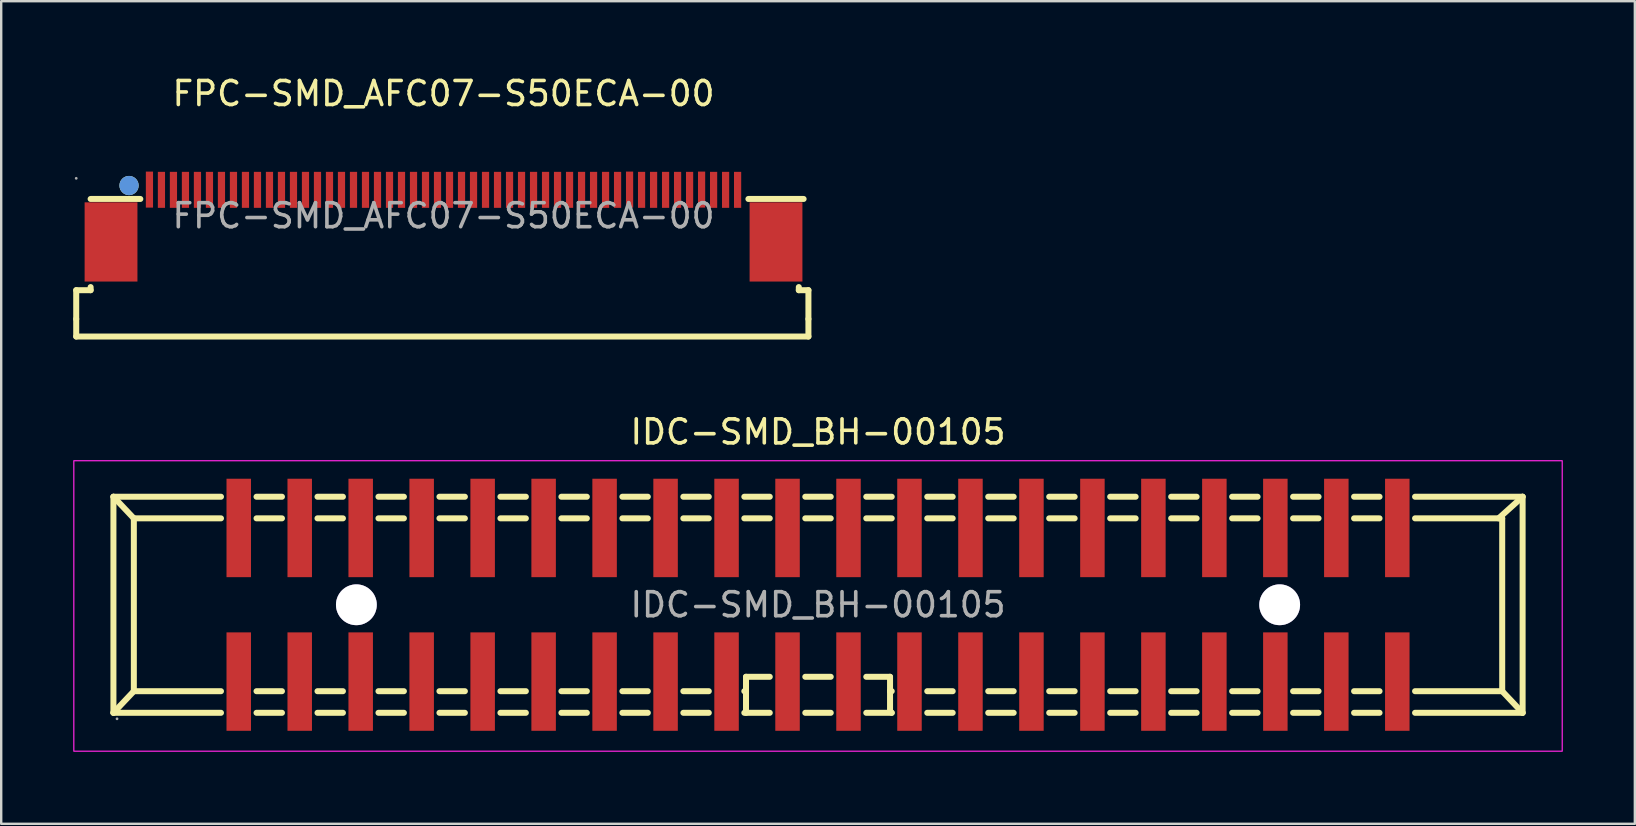
<source format=kicad_pcb>
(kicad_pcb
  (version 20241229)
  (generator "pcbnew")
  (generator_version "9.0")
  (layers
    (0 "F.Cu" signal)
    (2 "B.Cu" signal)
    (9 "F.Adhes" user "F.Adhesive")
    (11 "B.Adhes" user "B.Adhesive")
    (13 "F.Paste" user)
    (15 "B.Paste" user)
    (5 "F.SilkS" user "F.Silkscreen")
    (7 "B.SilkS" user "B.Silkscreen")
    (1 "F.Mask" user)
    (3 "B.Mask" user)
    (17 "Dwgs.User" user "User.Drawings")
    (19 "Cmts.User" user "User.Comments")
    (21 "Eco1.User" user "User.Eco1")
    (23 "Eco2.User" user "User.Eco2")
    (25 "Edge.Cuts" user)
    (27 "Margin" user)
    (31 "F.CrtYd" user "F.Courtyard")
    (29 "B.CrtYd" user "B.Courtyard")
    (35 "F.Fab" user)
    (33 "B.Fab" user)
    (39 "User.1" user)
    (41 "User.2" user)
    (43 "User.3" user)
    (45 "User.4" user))
  (footprint "IDC-SMD_BH-00105"
    (layer "F.Cu")
    (at 31.025 22.142)
    (property "Reference" "IDC-SMD_BH-00105" (at 0 -7.2 0) (layer "F.SilkS") (effects (font (size 1 1) (thickness 0.15))))
    (attr through_hole)
    (fp_line (start -29.35 -4.5) (end -29.35 4.5) (stroke (width 0.25) (type solid)) (layer "F.SilkS"))
    (fp_line (start -29.35 -4.5) (end -24.87 -4.5) (stroke (width 0.25) (type solid)) (layer "F.SilkS"))
    (fp_line (start -29.35 4.5) (end -28.5 3.6) (stroke (width 0.25) (type solid)) (layer "F.SilkS"))
    (fp_line (start -29.35 4.5) (end -24.87 4.5) (stroke (width 0.25) (type solid)) (layer "F.SilkS"))
    (fp_line (start -28.5 -3.6) (end -29.35 -4.5) (stroke (width 0.25) (type solid)) (layer "F.SilkS"))
    (fp_line (start -28.5 -3.6) (end -24.87 -3.6) (stroke (width 0.25) (type solid)) (layer "F.SilkS"))
    (fp_line (start -28.5 3.6) (end -28.5 -3.6) (stroke (width 0.25) (type solid)) (layer "F.SilkS"))
    (fp_line (start -28.5 3.6) (end -24.87 3.6) (stroke (width 0.25) (type solid)) (layer "F.SilkS"))
    (fp_line (start -23.39 -4.5) (end -22.33 -4.5) (stroke (width 0.25) (type solid)) (layer "F.SilkS"))
    (fp_line (start -23.39 -3.6) (end -22.33 -3.6) (stroke (width 0.25) (type solid)) (layer "F.SilkS"))
    (fp_line (start -23.39 3.6) (end -22.33 3.6) (stroke (width 0.25) (type solid)) (layer "F.SilkS"))
    (fp_line (start -23.39 4.5) (end -22.33 4.5) (stroke (width 0.25) (type solid)) (layer "F.SilkS"))
    (fp_line (start -20.85 -4.5) (end -19.79 -4.5) (stroke (width 0.25) (type solid)) (layer "F.SilkS"))
    (fp_line (start -20.85 -3.6) (end -19.79 -3.6) (stroke (width 0.25) (type solid)) (layer "F.SilkS"))
    (fp_line (start -20.85 3.6) (end -19.79 3.6) (stroke (width 0.25) (type solid)) (layer "F.SilkS"))
    (fp_line (start -20.85 4.5) (end -19.79 4.5) (stroke (width 0.25) (type solid)) (layer "F.SilkS"))
    (fp_line (start -18.31 -4.5) (end -17.25 -4.5) (stroke (width 0.25) (type solid)) (layer "F.SilkS"))
    (fp_line (start -18.31 -3.6) (end -17.25 -3.6) (stroke (width 0.25) (type solid)) (layer "F.SilkS"))
    (fp_line (start -18.31 3.6) (end -17.25 3.6) (stroke (width 0.25) (type solid)) (layer "F.SilkS"))
    (fp_line (start -18.31 4.5) (end -17.25 4.5) (stroke (width 0.25) (type solid)) (layer "F.SilkS"))
    (fp_line (start -15.77 -4.5) (end -14.71 -4.5) (stroke (width 0.25) (type solid)) (layer "F.SilkS"))
    (fp_line (start -15.77 -3.6) (end -14.71 -3.6) (stroke (width 0.25) (type solid)) (layer "F.SilkS"))
    (fp_line (start -15.77 3.6) (end -14.71 3.6) (stroke (width 0.25) (type solid)) (layer "F.SilkS"))
    (fp_line (start -15.77 4.5) (end -14.71 4.5) (stroke (width 0.25) (type solid)) (layer "F.SilkS"))
    (fp_line (start -13.23 -4.5) (end -12.17 -4.5) (stroke (width 0.25) (type solid)) (layer "F.SilkS"))
    (fp_line (start -13.23 -3.6) (end -12.17 -3.6) (stroke (width 0.25) (type solid)) (layer "F.SilkS"))
    (fp_line (start -13.23 3.6) (end -12.17 3.6) (stroke (width 0.25) (type solid)) (layer "F.SilkS"))
    (fp_line (start -13.23 4.5) (end -12.17 4.5) (stroke (width 0.25) (type solid)) (layer "F.SilkS"))
    (fp_line (start -10.69 -4.5) (end -9.63 -4.5) (stroke (width 0.25) (type solid)) (layer "F.SilkS"))
    (fp_line (start -10.69 -3.6) (end -9.63 -3.6) (stroke (width 0.25) (type solid)) (layer "F.SilkS"))
    (fp_line (start -10.69 3.6) (end -9.63 3.6) (stroke (width 0.25) (type solid)) (layer "F.SilkS"))
    (fp_line (start -10.69 4.5) (end -9.63 4.5) (stroke (width 0.25) (type solid)) (layer "F.SilkS"))
    (fp_line (start -8.15 -4.5) (end -7.09 -4.5) (stroke (width 0.25) (type solid)) (layer "F.SilkS"))
    (fp_line (start -8.15 -3.6) (end -7.09 -3.6) (stroke (width 0.25) (type solid)) (layer "F.SilkS"))
    (fp_line (start -8.15 3.6) (end -7.09 3.6) (stroke (width 0.25) (type solid)) (layer "F.SilkS"))
    (fp_line (start -8.15 4.5) (end -7.09 4.5) (stroke (width 0.25) (type solid)) (layer "F.SilkS"))
    (fp_line (start -5.61 -4.5) (end -4.55 -4.5) (stroke (width 0.25) (type solid)) (layer "F.SilkS"))
    (fp_line (start -5.61 -3.6) (end -4.55 -3.6) (stroke (width 0.25) (type solid)) (layer "F.SilkS"))
    (fp_line (start -5.61 3.6) (end -4.55 3.6) (stroke (width 0.25) (type solid)) (layer "F.SilkS"))
    (fp_line (start -5.61 4.5) (end -4.55 4.5) (stroke (width 0.25) (type solid)) (layer "F.SilkS"))
    (fp_line (start -3.07 -4.5) (end -2.01 -4.5) (stroke (width 0.25) (type solid)) (layer "F.SilkS"))
    (fp_line (start -3.07 -3.6) (end -2.01 -3.6) (stroke (width 0.25) (type solid)) (layer "F.SilkS"))
    (fp_line (start -3.07 3.6) (end -3 3.6) (stroke (width 0.25) (type solid)) (layer "F.SilkS"))
    (fp_line (start -3.07 4.5) (end -2.01 4.5) (stroke (width 0.25) (type solid)) (layer "F.SilkS"))
    (fp_line (start -3 3) (end -2.01 3) (stroke (width 0.25) (type solid)) (layer "F.SilkS"))
    (fp_line (start -3 3.6) (end -3 4.5) (stroke (width 0.25) (type solid)) (layer "F.SilkS"))
    (fp_line (start -3 3.68) (end -3 3) (stroke (width 0.25) (type solid)) (layer "F.SilkS"))
    (fp_line (start -0.53 -4.5) (end 0.53 -4.5) (stroke (width 0.25) (type solid)) (layer "F.SilkS"))
    (fp_line (start -0.53 -3.6) (end 0.53 -3.6) (stroke (width 0.25) (type solid)) (layer "F.SilkS"))
    (fp_line (start -0.53 3) (end 0.53 3) (stroke (width 0.25) (type solid)) (layer "F.SilkS"))
    (fp_line (start -0.53 4.5) (end 0.53 4.5) (stroke (width 0.25) (type solid)) (layer "F.SilkS"))
    (fp_line (start 2.01 -4.5) (end 3.07 -4.5) (stroke (width 0.25) (type solid)) (layer "F.SilkS"))
    (fp_line (start 2.01 -3.6) (end 3.07 -3.6) (stroke (width 0.25) (type solid)) (layer "F.SilkS"))
    (fp_line (start 2.01 3) (end 3 3) (stroke (width 0.25) (type solid)) (layer "F.SilkS"))
    (fp_line (start 2.01 4.5) (end 3.07 4.5) (stroke (width 0.25) (type solid)) (layer "F.SilkS"))
    (fp_line (start 3 3) (end 3 3.6) (stroke (width 0.25) (type solid)) (layer "F.SilkS"))
    (fp_line (start 3 3.6) (end 3 4.43) (stroke (width 0.25) (type solid)) (layer "F.SilkS"))
    (fp_line (start 3 4.43) (end 3.07 4.5) (stroke (width 0.25) (type solid)) (layer "F.SilkS"))
    (fp_line (start 3.07 3.6) (end 3 3.6) (stroke (width 0.25) (type solid)) (layer "F.SilkS"))
    (fp_line (start 4.55 -4.5) (end 5.61 -4.5) (stroke (width 0.25) (type solid)) (layer "F.SilkS"))
    (fp_line (start 4.55 -3.6) (end 5.61 -3.6) (stroke (width 0.25) (type solid)) (layer "F.SilkS"))
    (fp_line (start 4.55 4.5) (end 5.61 4.5) (stroke (width 0.25) (type solid)) (layer "F.SilkS"))
    (fp_line (start 5.61 3.6) (end 4.55 3.6) (stroke (width 0.25) (type solid)) (layer "F.SilkS"))
    (fp_line (start 7.09 -4.5) (end 8.15 -4.5) (stroke (width 0.25) (type solid)) (layer "F.SilkS"))
    (fp_line (start 7.09 -3.6) (end 8.15 -3.6) (stroke (width 0.25) (type solid)) (layer "F.SilkS"))
    (fp_line (start 7.09 4.5) (end 8.15 4.5) (stroke (width 0.25) (type solid)) (layer "F.SilkS"))
    (fp_line (start 8.15 3.6) (end 7.09 3.6) (stroke (width 0.25) (type solid)) (layer "F.SilkS"))
    (fp_line (start 9.63 -4.5) (end 10.69 -4.5) (stroke (width 0.25) (type solid)) (layer "F.SilkS"))
    (fp_line (start 9.63 -3.6) (end 10.69 -3.6) (stroke (width 0.25) (type solid)) (layer "F.SilkS"))
    (fp_line (start 9.63 4.5) (end 10.69 4.5) (stroke (width 0.25) (type solid)) (layer "F.SilkS"))
    (fp_line (start 10.69 3.6) (end 9.63 3.6) (stroke (width 0.25) (type solid)) (layer "F.SilkS"))
    (fp_line (start 12.17 -4.5) (end 13.23 -4.5) (stroke (width 0.25) (type solid)) (layer "F.SilkS"))
    (fp_line (start 12.17 -3.6) (end 13.23 -3.6) (stroke (width 0.25) (type solid)) (layer "F.SilkS"))
    (fp_line (start 12.17 4.5) (end 13.23 4.5) (stroke (width 0.25) (type solid)) (layer "F.SilkS"))
    (fp_line (start 13.23 3.6) (end 12.17 3.6) (stroke (width 0.25) (type solid)) (layer "F.SilkS"))
    (fp_line (start 14.71 -4.5) (end 15.77 -4.5) (stroke (width 0.25) (type solid)) (layer "F.SilkS"))
    (fp_line (start 14.71 -3.6) (end 15.77 -3.6) (stroke (width 0.25) (type solid)) (layer "F.SilkS"))
    (fp_line (start 14.71 4.5) (end 15.77 4.5) (stroke (width 0.25) (type solid)) (layer "F.SilkS"))
    (fp_line (start 15.77 3.6) (end 14.71 3.6) (stroke (width 0.25) (type solid)) (layer "F.SilkS"))
    (fp_line (start 17.25 -4.5) (end 18.31 -4.5) (stroke (width 0.25) (type solid)) (layer "F.SilkS"))
    (fp_line (start 17.25 -3.6) (end 18.31 -3.6) (stroke (width 0.25) (type solid)) (layer "F.SilkS"))
    (fp_line (start 17.25 4.5) (end 18.31 4.5) (stroke (width 0.25) (type solid)) (layer "F.SilkS"))
    (fp_line (start 18.31 3.6) (end 17.25 3.6) (stroke (width 0.25) (type solid)) (layer "F.SilkS"))
    (fp_line (start 19.79 -4.5) (end 20.85 -4.5) (stroke (width 0.25) (type solid)) (layer "F.SilkS"))
    (fp_line (start 19.79 -3.6) (end 20.85 -3.6) (stroke (width 0.25) (type solid)) (layer "F.SilkS"))
    (fp_line (start 19.79 4.5) (end 20.85 4.5) (stroke (width 0.25) (type solid)) (layer "F.SilkS"))
    (fp_line (start 20.85 3.6) (end 19.79 3.6) (stroke (width 0.25) (type solid)) (layer "F.SilkS"))
    (fp_line (start 22.33 -4.5) (end 23.39 -4.5) (stroke (width 0.25) (type solid)) (layer "F.SilkS"))
    (fp_line (start 22.33 -3.6) (end 23.39 -3.6) (stroke (width 0.25) (type solid)) (layer "F.SilkS"))
    (fp_line (start 22.33 4.5) (end 23.39 4.5) (stroke (width 0.25) (type solid)) (layer "F.SilkS"))
    (fp_line (start 23.39 3.6) (end 22.33 3.6) (stroke (width 0.25) (type solid)) (layer "F.SilkS"))
    (fp_line (start 24.87 -4.5) (end 29.35 -4.5) (stroke (width 0.25) (type solid)) (layer "F.SilkS"))
    (fp_line (start 24.87 -3.6) (end 28.5 -3.6) (stroke (width 0.25) (type solid)) (layer "F.SilkS"))
    (fp_line (start 24.87 4.5) (end 29.35 4.5) (stroke (width 0.25) (type solid)) (layer "F.SilkS"))
    (fp_line (start 28.35 -3.6) (end 29.35 -4.5) (stroke (width 0.25) (type solid)) (layer "F.SilkS"))
    (fp_line (start 28.5 -3.6) (end 28.5 3.6) (stroke (width 0.25) (type solid)) (layer "F.SilkS"))
    (fp_line (start 28.5 3.6) (end 24.87 3.6) (stroke (width 0.25) (type solid)) (layer "F.SilkS"))
    (fp_line (start 28.5 3.6) (end 29.35 4.5) (stroke (width 0.25) (type solid)) (layer "F.SilkS"))
    (fp_line (start 29.35 -4.5) (end 29.35 4.5) (stroke (width 0.25) (type solid)) (layer "F.SilkS"))
    (fp_circle (center -19.23 0) (end -18.83 0) (stroke (width 0.8) (type solid)) (fill no) (layer "Cmts.User"))
    (fp_circle (center 19.23 0) (end 19.63 0) (stroke (width 0.8) (type solid)) (fill no) (layer "Cmts.User"))
    (fp_rect (start -31 -6) (end 31 6.1) (stroke (width 0.05) (type default)) (fill no) (layer "F.CrtYd"))
    (fp_circle (center -29.2 4.75) (end -29.17 4.75) (stroke (width 0.06) (type solid)) (fill no) (layer "F.Fab"))
    (fp_text user "${REFERENCE}" (at 0 0 0) (layer "F.Fab") (effects (font (size 1 1) (thickness 0.15))))
    (pad "" thru_hole circle (at -19.23 0) (size 1.7 1.7) (drill 1.7) (layers "*.Cu" "*.Mask"))
    (pad "" thru_hole circle (at 19.23 0) (size 1.7 1.7) (drill 1.7) (layers "*.Cu" "*.Mask"))
    (pad "1" smd rect (at -24.13 3.2) (size 1.02 4.1) (layers "F.Cu" "F.Mask" "F.Paste"))
    (pad "2" smd rect (at -24.13 -3.2) (size 1.02 4.1) (layers "F.Cu" "F.Mask" "F.Paste"))
    (pad "3" smd rect (at -21.59 3.2) (size 1.02 4.1) (layers "F.Cu" "F.Mask" "F.Paste"))
    (pad "4" smd rect (at -21.59 -3.2) (size 1.02 4.1) (layers "F.Cu" "F.Mask" "F.Paste"))
    (pad "5" smd rect (at -19.05 3.2) (size 1.02 4.1) (layers "F.Cu" "F.Mask" "F.Paste"))
    (pad "6" smd rect (at -19.05 -3.2) (size 1.02 4.1) (layers "F.Cu" "F.Mask" "F.Paste"))
    (pad "7" smd rect (at -16.51 3.2) (size 1.02 4.1) (layers "F.Cu" "F.Mask" "F.Paste"))
    (pad "8" smd rect (at -16.51 -3.2) (size 1.02 4.1) (layers "F.Cu" "F.Mask" "F.Paste"))
    (pad "9" smd rect (at -13.97 3.2) (size 1.02 4.1) (layers "F.Cu" "F.Mask" "F.Paste"))
    (pad "10" smd rect (at -13.97 -3.2) (size 1.02 4.1) (layers "F.Cu" "F.Mask" "F.Paste"))
    (pad "11" smd rect (at -11.43 3.2) (size 1.02 4.1) (layers "F.Cu" "F.Mask" "F.Paste"))
    (pad "12" smd rect (at -11.43 -3.2) (size 1.02 4.1) (layers "F.Cu" "F.Mask" "F.Paste"))
    (pad "13" smd rect (at -8.89 3.2) (size 1.02 4.1) (layers "F.Cu" "F.Mask" "F.Paste"))
    (pad "14" smd rect (at -8.89 -3.2) (size 1.02 4.1) (layers "F.Cu" "F.Mask" "F.Paste"))
    (pad "15" smd rect (at -6.35 3.2) (size 1.02 4.1) (layers "F.Cu" "F.Mask" "F.Paste"))
    (pad "16" smd rect (at -6.35 -3.2) (size 1.02 4.1) (layers "F.Cu" "F.Mask" "F.Paste"))
    (pad "17" smd rect (at -3.81 3.2) (size 1.02 4.1) (layers "F.Cu" "F.Mask" "F.Paste"))
    (pad "18" smd rect (at -3.81 -3.2) (size 1.02 4.1) (layers "F.Cu" "F.Mask" "F.Paste"))
    (pad "19" smd rect (at -1.27 3.2) (size 1.02 4.1) (layers "F.Cu" "F.Mask" "F.Paste"))
    (pad "20" smd rect (at -1.27 -3.2) (size 1.02 4.1) (layers "F.Cu" "F.Mask" "F.Paste"))
    (pad "21" smd rect (at 1.27 3.2) (size 1.02 4.1) (layers "F.Cu" "F.Mask" "F.Paste"))
    (pad "22" smd rect (at 1.27 -3.2) (size 1.02 4.1) (layers "F.Cu" "F.Mask" "F.Paste"))
    (pad "23" smd rect (at 3.81 3.2) (size 1.02 4.1) (layers "F.Cu" "F.Mask" "F.Paste"))
    (pad "24" smd rect (at 3.81 -3.2) (size 1.02 4.1) (layers "F.Cu" "F.Mask" "F.Paste"))
    (pad "25" smd rect (at 6.35 3.2) (size 1.02 4.1) (layers "F.Cu" "F.Mask" "F.Paste"))
    (pad "26" smd rect (at 6.35 -3.2) (size 1.02 4.1) (layers "F.Cu" "F.Mask" "F.Paste"))
    (pad "27" smd rect (at 8.89 3.2) (size 1.02 4.1) (layers "F.Cu" "F.Mask" "F.Paste"))
    (pad "28" smd rect (at 8.89 -3.2) (size 1.02 4.1) (layers "F.Cu" "F.Mask" "F.Paste"))
    (pad "29" smd rect (at 11.43 3.2) (size 1.02 4.1) (layers "F.Cu" "F.Mask" "F.Paste"))
    (pad "30" smd rect (at 11.43 -3.2) (size 1.02 4.1) (layers "F.Cu" "F.Mask" "F.Paste"))
    (pad "31" smd rect (at 13.97 3.2) (size 1.02 4.1) (layers "F.Cu" "F.Mask" "F.Paste"))
    (pad "32" smd rect (at 13.97 -3.2) (size 1.02 4.1) (layers "F.Cu" "F.Mask" "F.Paste"))
    (pad "33" smd rect (at 16.51 3.2) (size 1.02 4.1) (layers "F.Cu" "F.Mask" "F.Paste"))
    (pad "34" smd rect (at 16.51 -3.2) (size 1.02 4.1) (layers "F.Cu" "F.Mask" "F.Paste"))
    (pad "35" smd rect (at 19.05 3.2) (size 1.02 4.1) (layers "F.Cu" "F.Mask" "F.Paste"))
    (pad "36" smd rect (at 19.05 -3.2) (size 1.02 4.1) (layers "F.Cu" "F.Mask" "F.Paste"))
    (pad "37" smd rect (at 21.59 3.2) (size 1.02 4.1) (layers "F.Cu" "F.Mask" "F.Paste"))
    (pad "38" smd rect (at 21.59 -3.2) (size 1.02 4.1) (layers "F.Cu" "F.Mask" "F.Paste"))
    (pad "39" smd rect (at 24.13 3.2) (size 1.02 4.1) (layers "F.Cu" "F.Mask" "F.Paste"))
    (pad "40" smd rect (at 24.13 -3.2) (size 1.02 4.1) (layers "F.Cu" "F.Mask" "F.Paste")))
  (footprint "FPC-SMD_AFC07-S50ECA-00"
    (layer "F.Cu")
    (at 15.425 5.938)
    (property "Reference" "FPC-SMD_AFC07-S50ECA-00" (at 0 -5.09 0) (layer "F.SilkS") (effects (font (size 1 1) (thickness 0.15))))
    (attr through_hole)
    (fp_line (start -15.3 3.1) (end -15.3 4.3) (stroke (width 0.25) (type solid)) (layer "F.SilkS"))
    (fp_line (start -15.3 4.3) (end -15.3 5.03) (stroke (width 0.25) (type solid)) (layer "F.SilkS"))
    (fp_line (start -15.3 5.03) (end 15.2 5.03) (stroke (width 0.25) (type solid)) (layer "F.SilkS"))
    (fp_line (start -14.7 -0.7) (end -12.63 -0.7) (stroke (width 0.25) (type solid)) (layer "F.SilkS"))
    (fp_line (start -14.7 2.97) (end -14.7 3.1) (stroke (width 0.25) (type solid)) (layer "F.SilkS"))
    (fp_line (start -14.7 3.1) (end -15.3 3.1) (stroke (width 0.25) (type solid)) (layer "F.SilkS"))
    (fp_line (start 12.7 -0.7) (end 15 -0.7) (stroke (width 0.25) (type solid)) (layer "F.SilkS"))
    (fp_line (start 14.8 2.97) (end 14.8 3.1) (stroke (width 0.25) (type solid)) (layer "F.SilkS"))
    (fp_line (start 14.8 3.1) (end 15.2 3.1) (stroke (width 0.25) (type solid)) (layer "F.SilkS"))
    (fp_line (start 15.2 3.1) (end 15.2 4.3) (stroke (width 0.25) (type solid)) (layer "F.SilkS"))
    (fp_line (start 15.2 4.3) (end 15.2 5.03) (stroke (width 0.25) (type solid)) (layer "F.SilkS"))
    (fp_circle (center -13.1 -1.26) (end -12.9 -1.26) (stroke (width 0.4) (type solid)) (fill no) (layer "F.SilkS"))
    (fp_circle (center -13.1 -1.26) (end -12.9 -1.26) (stroke (width 0.4) (type solid)) (fill no) (layer "Cmts.User"))
    (fp_circle (center -15.3 -1.56) (end -15.27 -1.56) (stroke (width 0.06) (type solid)) (fill no) (layer "F.Fab"))
    (fp_text user "${REFERENCE}" (at 0 0 0) (layer "F.Fab") (effects (font (size 1 1) (thickness 0.15))))
    (pad "1" smd rect (at -12.25 -1.09) (size 0.3 1.5) (layers "F.Cu" "F.Mask" "F.Paste"))
    (pad "2" smd rect (at -11.75 -1.08) (size 0.3 1.5) (layers "F.Cu" "F.Mask" "F.Paste"))
    (pad "3" smd rect (at -11.25 -1.08) (size 0.3 1.5) (layers "F.Cu" "F.Mask" "F.Paste"))
    (pad "4" smd rect (at -10.75 -1.08) (size 0.3 1.5) (layers "F.Cu" "F.Mask" "F.Paste"))
    (pad "5" smd rect (at -10.25 -1.08) (size 0.3 1.5) (layers "F.Cu" "F.Mask" "F.Paste"))
    (pad "6" smd rect (at -9.75 -1.08) (size 0.3 1.5) (layers "F.Cu" "F.Mask" "F.Paste"))
    (pad "7" smd rect (at -9.25 -1.08) (size 0.3 1.5) (layers "F.Cu" "F.Mask" "F.Paste"))
    (pad "8" smd rect (at -8.75 -1.08) (size 0.3 1.5) (layers "F.Cu" "F.Mask" "F.Paste"))
    (pad "9" smd rect (at -8.25 -1.08) (size 0.3 1.5) (layers "F.Cu" "F.Mask" "F.Paste"))
    (pad "10" smd rect (at -7.75 -1.08) (size 0.3 1.5) (layers "F.Cu" "F.Mask" "F.Paste"))
    (pad "11" smd rect (at -7.25 -1.08) (size 0.3 1.5) (layers "F.Cu" "F.Mask" "F.Paste"))
    (pad "12" smd rect (at -6.75 -1.08) (size 0.3 1.5) (layers "F.Cu" "F.Mask" "F.Paste"))
    (pad "13" smd rect (at -6.25 -1.08) (size 0.3 1.5) (layers "F.Cu" "F.Mask" "F.Paste"))
    (pad "14" smd rect (at -5.75 -1.08) (size 0.3 1.5) (layers "F.Cu" "F.Mask" "F.Paste"))
    (pad "15" smd rect (at -5.25 -1.08) (size 0.3 1.5) (layers "F.Cu" "F.Mask" "F.Paste"))
    (pad "16" smd rect (at -4.75 -1.08) (size 0.3 1.5) (layers "F.Cu" "F.Mask" "F.Paste"))
    (pad "17" smd rect (at -4.25 -1.08) (size 0.3 1.5) (layers "F.Cu" "F.Mask" "F.Paste"))
    (pad "18" smd rect (at -3.75 -1.08) (size 0.3 1.5) (layers "F.Cu" "F.Mask" "F.Paste"))
    (pad "19" smd rect (at -3.25 -1.08) (size 0.3 1.5) (layers "F.Cu" "F.Mask" "F.Paste"))
    (pad "20" smd rect (at -2.75 -1.08) (size 0.3 1.5) (layers "F.Cu" "F.Mask" "F.Paste"))
    (pad "21" smd rect (at -2.25 -1.08) (size 0.3 1.5) (layers "F.Cu" "F.Mask" "F.Paste"))
    (pad "22" smd rect (at -1.75 -1.08) (size 0.3 1.5) (layers "F.Cu" "F.Mask" "F.Paste"))
    (pad "23" smd rect (at -1.25 -1.08) (size 0.3 1.5) (layers "F.Cu" "F.Mask" "F.Paste"))
    (pad "24" smd rect (at -0.75 -1.08) (size 0.3 1.5) (layers "F.Cu" "F.Mask" "F.Paste"))
    (pad "25" smd rect (at -0.25 -1.08) (size 0.3 1.5) (layers "F.Cu" "F.Mask" "F.Paste"))
    (pad "26" smd rect (at 0.25 -1.08) (size 0.3 1.5) (layers "F.Cu" "F.Mask" "F.Paste"))
    (pad "27" smd rect (at 0.75 -1.08) (size 0.3 1.5) (layers "F.Cu" "F.Mask" "F.Paste"))
    (pad "28" smd rect (at 1.25 -1.08) (size 0.3 1.5) (layers "F.Cu" "F.Mask" "F.Paste"))
    (pad "29" smd rect (at 1.75 -1.08) (size 0.3 1.5) (layers "F.Cu" "F.Mask" "F.Paste"))
    (pad "30" smd rect (at 2.25 -1.08) (size 0.3 1.5) (layers "F.Cu" "F.Mask" "F.Paste"))
    (pad "31" smd rect (at 2.75 -1.08) (size 0.3 1.5) (layers "F.Cu" "F.Mask" "F.Paste"))
    (pad "32" smd rect (at 3.25 -1.08) (size 0.3 1.5) (layers "F.Cu" "F.Mask" "F.Paste"))
    (pad "33" smd rect (at 3.75 -1.08) (size 0.3 1.5) (layers "F.Cu" "F.Mask" "F.Paste"))
    (pad "34" smd rect (at 4.25 -1.08) (size 0.3 1.5) (layers "F.Cu" "F.Mask" "F.Paste"))
    (pad "35" smd rect (at 4.75 -1.08) (size 0.3 1.5) (layers "F.Cu" "F.Mask" "F.Paste"))
    (pad "36" smd rect (at 5.25 -1.08) (size 0.3 1.5) (layers "F.Cu" "F.Mask" "F.Paste"))
    (pad "37" smd rect (at 5.75 -1.08) (size 0.3 1.5) (layers "F.Cu" "F.Mask" "F.Paste"))
    (pad "38" smd rect (at 6.25 -1.08) (size 0.3 1.5) (layers "F.Cu" "F.Mask" "F.Paste"))
    (pad "39" smd rect (at 6.75 -1.08) (size 0.3 1.5) (layers "F.Cu" "F.Mask" "F.Paste"))
    (pad "40" smd rect (at 7.25 -1.08) (size 0.3 1.5) (layers "F.Cu" "F.Mask" "F.Paste"))
    (pad "41" smd rect (at 7.75 -1.09) (size 0.3 1.5) (layers "F.Cu" "F.Mask" "F.Paste"))
    (pad "42" smd rect (at 8.25 -1.08) (size 0.3 1.5) (layers "F.Cu" "F.Mask" "F.Paste"))
    (pad "43" smd rect (at 8.75 -1.08) (size 0.3 1.5) (layers "F.Cu" "F.Mask" "F.Paste"))
    (pad "44" smd rect (at 9.25 -1.08) (size 0.3 1.5) (layers "F.Cu" "F.Mask" "F.Paste"))
    (pad "45" smd rect (at 9.75 -1.08) (size 0.3 1.5) (layers "F.Cu" "F.Mask" "F.Paste"))
    (pad "46" smd rect (at 10.25 -1.08) (size 0.3 1.5) (layers "F.Cu" "F.Mask" "F.Paste"))
    (pad "47" smd rect (at 10.75 -1.09) (size 0.3 1.5) (layers "F.Cu" "F.Mask" "F.Paste"))
    (pad "48" smd rect (at 11.25 -1.08) (size 0.3 1.5) (layers "F.Cu" "F.Mask" "F.Paste"))
    (pad "49" smd rect (at 11.75 -1.08) (size 0.3 1.5) (layers "F.Cu" "F.Mask" "F.Paste"))
    (pad "50" smd rect (at 12.25 -1.08) (size 0.3 1.5) (layers "F.Cu" "F.Mask" "F.Paste"))
    (pad "51" smd rect (at 13.85 1.09 180) (size 2.2 3.3) (layers "F.Cu" "F.Mask" "F.Paste"))
    (pad "52" smd rect (at -13.85 1.09) (size 2.2 3.3) (layers "F.Cu" "F.Mask" "F.Paste")))
  (gr_rect
    (start -3 -3)
    (end 65.05 31.267)
    (stroke (width 0.1) (type default))
    (fill no)
    (layer "Edge.Cuts")))
</source>
